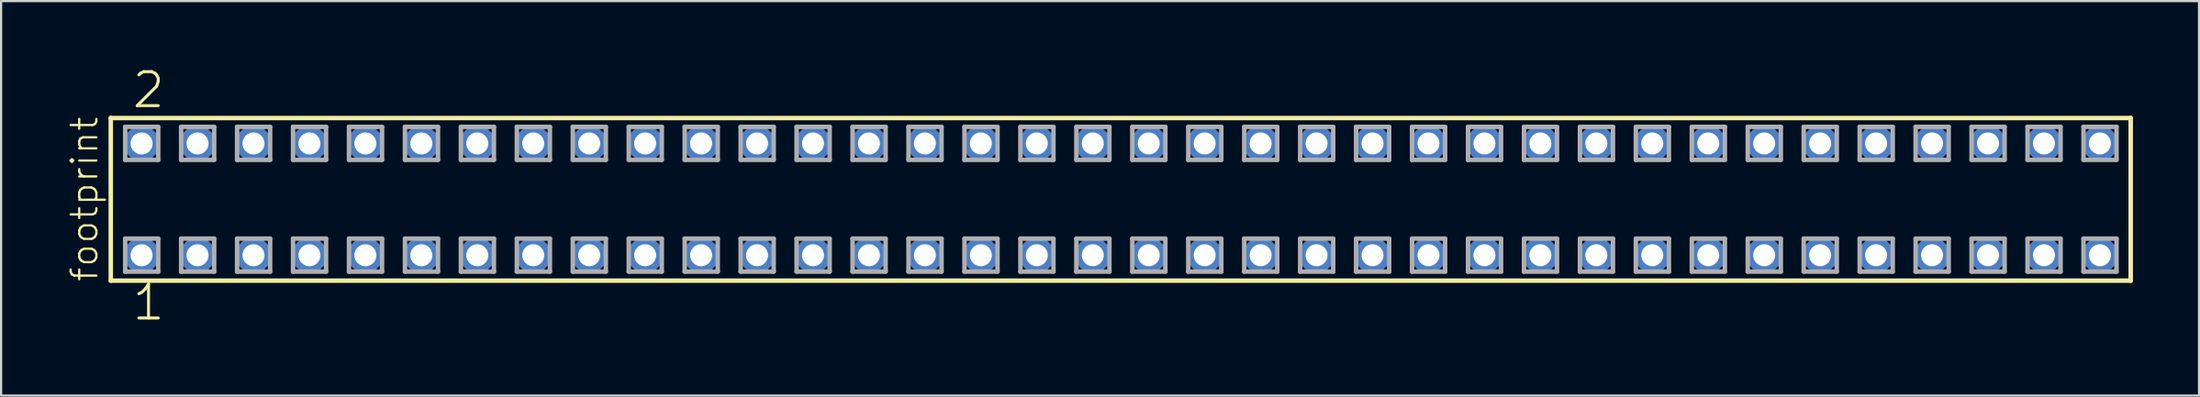
<source format=kicad_pcb>
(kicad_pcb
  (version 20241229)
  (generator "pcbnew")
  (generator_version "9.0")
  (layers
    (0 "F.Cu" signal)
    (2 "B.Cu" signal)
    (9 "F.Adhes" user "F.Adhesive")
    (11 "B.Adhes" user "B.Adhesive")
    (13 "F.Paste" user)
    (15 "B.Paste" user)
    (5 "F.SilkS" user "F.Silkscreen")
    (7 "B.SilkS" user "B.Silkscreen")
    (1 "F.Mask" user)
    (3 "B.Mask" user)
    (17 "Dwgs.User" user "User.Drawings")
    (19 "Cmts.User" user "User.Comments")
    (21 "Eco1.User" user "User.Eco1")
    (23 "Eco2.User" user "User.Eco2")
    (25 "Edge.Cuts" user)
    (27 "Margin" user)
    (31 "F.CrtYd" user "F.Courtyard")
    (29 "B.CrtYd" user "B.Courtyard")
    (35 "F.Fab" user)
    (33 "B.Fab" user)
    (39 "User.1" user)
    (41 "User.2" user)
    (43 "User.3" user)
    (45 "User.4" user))
  (footprint "footprint"
    (layer "F.Cu")
    (at 47.828 6.009)
    (property "Reference" "footprint" (at -46.355 3.81 90) (layer "F.SilkS") (effects (font (size 1.168 1.168) (thickness 0.102)) (justify left bottom)))
    (fp_line (start -45.849 -3.695) (end 45.849 -3.695) (stroke (width 0.203) (type solid)) (layer "F.SilkS"))
    (fp_line (start -45.849 3.695) (end -45.849 -3.695) (stroke (width 0.203) (type solid)) (layer "F.SilkS"))
    (fp_line (start 45.849 -3.695) (end 45.849 3.695) (stroke (width 0.203) (type solid)) (layer "F.SilkS"))
    (fp_line (start 45.849 3.695) (end -45.849 3.695) (stroke (width 0.203) (type solid)) (layer "F.SilkS"))
    (fp_line (start -45.195 -3.295) (end -43.695 -3.295) (stroke (width 0.203) (type solid)) (layer "F.Fab"))
    (fp_line (start -45.195 -1.795) (end -45.195 -3.295) (stroke (width 0.203) (type solid)) (layer "F.Fab"))
    (fp_line (start -45.195 1.785) (end -43.695 1.785) (stroke (width 0.203) (type solid)) (layer "F.Fab"))
    (fp_line (start -45.195 3.285) (end -45.195 1.785) (stroke (width 0.203) (type solid)) (layer "F.Fab"))
    (fp_line (start -43.695 -3.295) (end -43.695 -1.795) (stroke (width 0.203) (type solid)) (layer "F.Fab"))
    (fp_line (start -43.695 -1.795) (end -45.195 -1.795) (stroke (width 0.203) (type solid)) (layer "F.Fab"))
    (fp_line (start -43.695 1.785) (end -43.695 3.285) (stroke (width 0.203) (type solid)) (layer "F.Fab"))
    (fp_line (start -43.695 3.285) (end -45.195 3.285) (stroke (width 0.203) (type solid)) (layer "F.Fab"))
    (fp_line (start -42.655 -3.295) (end -41.155 -3.295) (stroke (width 0.203) (type solid)) (layer "F.Fab"))
    (fp_line (start -42.655 -1.795) (end -42.655 -3.295) (stroke (width 0.203) (type solid)) (layer "F.Fab"))
    (fp_line (start -42.655 1.785) (end -41.155 1.785) (stroke (width 0.203) (type solid)) (layer "F.Fab"))
    (fp_line (start -42.655 3.285) (end -42.655 1.785) (stroke (width 0.203) (type solid)) (layer "F.Fab"))
    (fp_line (start -41.155 -3.295) (end -41.155 -1.795) (stroke (width 0.203) (type solid)) (layer "F.Fab"))
    (fp_line (start -41.155 -1.795) (end -42.655 -1.795) (stroke (width 0.203) (type solid)) (layer "F.Fab"))
    (fp_line (start -41.155 1.785) (end -41.155 3.285) (stroke (width 0.203) (type solid)) (layer "F.Fab"))
    (fp_line (start -41.155 3.285) (end -42.655 3.285) (stroke (width 0.203) (type solid)) (layer "F.Fab"))
    (fp_line (start -40.115 -3.295) (end -38.615 -3.295) (stroke (width 0.203) (type solid)) (layer "F.Fab"))
    (fp_line (start -40.115 -1.795) (end -40.115 -3.295) (stroke (width 0.203) (type solid)) (layer "F.Fab"))
    (fp_line (start -40.115 1.785) (end -38.615 1.785) (stroke (width 0.203) (type solid)) (layer "F.Fab"))
    (fp_line (start -40.115 3.285) (end -40.115 1.785) (stroke (width 0.203) (type solid)) (layer "F.Fab"))
    (fp_line (start -38.615 -3.295) (end -38.615 -1.795) (stroke (width 0.203) (type solid)) (layer "F.Fab"))
    (fp_line (start -38.615 -1.795) (end -40.115 -1.795) (stroke (width 0.203) (type solid)) (layer "F.Fab"))
    (fp_line (start -38.615 1.785) (end -38.615 3.285) (stroke (width 0.203) (type solid)) (layer "F.Fab"))
    (fp_line (start -38.615 3.285) (end -40.115 3.285) (stroke (width 0.203) (type solid)) (layer "F.Fab"))
    (fp_line (start -37.575 -3.295) (end -36.075 -3.295) (stroke (width 0.203) (type solid)) (layer "F.Fab"))
    (fp_line (start -37.575 -1.795) (end -37.575 -3.295) (stroke (width 0.203) (type solid)) (layer "F.Fab"))
    (fp_line (start -37.575 1.785) (end -36.075 1.785) (stroke (width 0.203) (type solid)) (layer "F.Fab"))
    (fp_line (start -37.575 3.285) (end -37.575 1.785) (stroke (width 0.203) (type solid)) (layer "F.Fab"))
    (fp_line (start -36.075 -3.295) (end -36.075 -1.795) (stroke (width 0.203) (type solid)) (layer "F.Fab"))
    (fp_line (start -36.075 -1.795) (end -37.575 -1.795) (stroke (width 0.203) (type solid)) (layer "F.Fab"))
    (fp_line (start -36.075 1.785) (end -36.075 3.285) (stroke (width 0.203) (type solid)) (layer "F.Fab"))
    (fp_line (start -36.075 3.285) (end -37.575 3.285) (stroke (width 0.203) (type solid)) (layer "F.Fab"))
    (fp_line (start -35.035 -3.295) (end -33.535 -3.295) (stroke (width 0.203) (type solid)) (layer "F.Fab"))
    (fp_line (start -35.035 -1.795) (end -35.035 -3.295) (stroke (width 0.203) (type solid)) (layer "F.Fab"))
    (fp_line (start -35.035 1.785) (end -33.535 1.785) (stroke (width 0.203) (type solid)) (layer "F.Fab"))
    (fp_line (start -35.035 3.285) (end -35.035 1.785) (stroke (width 0.203) (type solid)) (layer "F.Fab"))
    (fp_line (start -33.535 -3.295) (end -33.535 -1.795) (stroke (width 0.203) (type solid)) (layer "F.Fab"))
    (fp_line (start -33.535 -1.795) (end -35.035 -1.795) (stroke (width 0.203) (type solid)) (layer "F.Fab"))
    (fp_line (start -33.535 1.785) (end -33.535 3.285) (stroke (width 0.203) (type solid)) (layer "F.Fab"))
    (fp_line (start -33.535 3.285) (end -35.035 3.285) (stroke (width 0.203) (type solid)) (layer "F.Fab"))
    (fp_line (start -32.495 -3.295) (end -30.995 -3.295) (stroke (width 0.203) (type solid)) (layer "F.Fab"))
    (fp_line (start -32.495 -1.795) (end -32.495 -3.295) (stroke (width 0.203) (type solid)) (layer "F.Fab"))
    (fp_line (start -32.495 1.785) (end -30.995 1.785) (stroke (width 0.203) (type solid)) (layer "F.Fab"))
    (fp_line (start -32.495 3.285) (end -32.495 1.785) (stroke (width 0.203) (type solid)) (layer "F.Fab"))
    (fp_line (start -30.995 -3.295) (end -30.995 -1.795) (stroke (width 0.203) (type solid)) (layer "F.Fab"))
    (fp_line (start -30.995 -1.795) (end -32.495 -1.795) (stroke (width 0.203) (type solid)) (layer "F.Fab"))
    (fp_line (start -30.995 1.785) (end -30.995 3.285) (stroke (width 0.203) (type solid)) (layer "F.Fab"))
    (fp_line (start -30.995 3.285) (end -32.495 3.285) (stroke (width 0.203) (type solid)) (layer "F.Fab"))
    (fp_line (start -29.955 -3.295) (end -28.455 -3.295) (stroke (width 0.203) (type solid)) (layer "F.Fab"))
    (fp_line (start -29.955 -1.795) (end -29.955 -3.295) (stroke (width 0.203) (type solid)) (layer "F.Fab"))
    (fp_line (start -29.955 1.785) (end -28.455 1.785) (stroke (width 0.203) (type solid)) (layer "F.Fab"))
    (fp_line (start -29.955 3.285) (end -29.955 1.785) (stroke (width 0.203) (type solid)) (layer "F.Fab"))
    (fp_line (start -28.455 -3.295) (end -28.455 -1.795) (stroke (width 0.203) (type solid)) (layer "F.Fab"))
    (fp_line (start -28.455 -1.795) (end -29.955 -1.795) (stroke (width 0.203) (type solid)) (layer "F.Fab"))
    (fp_line (start -28.455 1.785) (end -28.455 3.285) (stroke (width 0.203) (type solid)) (layer "F.Fab"))
    (fp_line (start -28.455 3.285) (end -29.955 3.285) (stroke (width 0.203) (type solid)) (layer "F.Fab"))
    (fp_line (start -27.415 -3.295) (end -25.915 -3.295) (stroke (width 0.203) (type solid)) (layer "F.Fab"))
    (fp_line (start -27.415 -1.795) (end -27.415 -3.295) (stroke (width 0.203) (type solid)) (layer "F.Fab"))
    (fp_line (start -27.415 1.785) (end -25.915 1.785) (stroke (width 0.203) (type solid)) (layer "F.Fab"))
    (fp_line (start -27.415 3.285) (end -27.415 1.785) (stroke (width 0.203) (type solid)) (layer "F.Fab"))
    (fp_line (start -25.915 -3.295) (end -25.915 -1.795) (stroke (width 0.203) (type solid)) (layer "F.Fab"))
    (fp_line (start -25.915 -1.795) (end -27.415 -1.795) (stroke (width 0.203) (type solid)) (layer "F.Fab"))
    (fp_line (start -25.915 1.785) (end -25.915 3.285) (stroke (width 0.203) (type solid)) (layer "F.Fab"))
    (fp_line (start -25.915 3.285) (end -27.415 3.285) (stroke (width 0.203) (type solid)) (layer "F.Fab"))
    (fp_line (start -24.875 -3.295) (end -23.375 -3.295) (stroke (width 0.203) (type solid)) (layer "F.Fab"))
    (fp_line (start -24.875 -1.795) (end -24.875 -3.295) (stroke (width 0.203) (type solid)) (layer "F.Fab"))
    (fp_line (start -24.875 1.785) (end -23.375 1.785) (stroke (width 0.203) (type solid)) (layer "F.Fab"))
    (fp_line (start -24.875 3.285) (end -24.875 1.785) (stroke (width 0.203) (type solid)) (layer "F.Fab"))
    (fp_line (start -23.375 -3.295) (end -23.375 -1.795) (stroke (width 0.203) (type solid)) (layer "F.Fab"))
    (fp_line (start -23.375 -1.795) (end -24.875 -1.795) (stroke (width 0.203) (type solid)) (layer "F.Fab"))
    (fp_line (start -23.375 1.785) (end -23.375 3.285) (stroke (width 0.203) (type solid)) (layer "F.Fab"))
    (fp_line (start -23.375 3.285) (end -24.875 3.285) (stroke (width 0.203) (type solid)) (layer "F.Fab"))
    (fp_line (start -22.335 -3.295) (end -20.835 -3.295) (stroke (width 0.203) (type solid)) (layer "F.Fab"))
    (fp_line (start -22.335 -1.795) (end -22.335 -3.295) (stroke (width 0.203) (type solid)) (layer "F.Fab"))
    (fp_line (start -22.335 1.785) (end -20.835 1.785) (stroke (width 0.203) (type solid)) (layer "F.Fab"))
    (fp_line (start -22.335 3.285) (end -22.335 1.785) (stroke (width 0.203) (type solid)) (layer "F.Fab"))
    (fp_line (start -20.835 -3.295) (end -20.835 -1.795) (stroke (width 0.203) (type solid)) (layer "F.Fab"))
    (fp_line (start -20.835 -1.795) (end -22.335 -1.795) (stroke (width 0.203) (type solid)) (layer "F.Fab"))
    (fp_line (start -20.835 1.785) (end -20.835 3.285) (stroke (width 0.203) (type solid)) (layer "F.Fab"))
    (fp_line (start -20.835 3.285) (end -22.335 3.285) (stroke (width 0.203) (type solid)) (layer "F.Fab"))
    (fp_line (start -19.795 -3.295) (end -18.295 -3.295) (stroke (width 0.203) (type solid)) (layer "F.Fab"))
    (fp_line (start -19.795 -1.795) (end -19.795 -3.295) (stroke (width 0.203) (type solid)) (layer "F.Fab"))
    (fp_line (start -19.795 1.785) (end -18.295 1.785) (stroke (width 0.203) (type solid)) (layer "F.Fab"))
    (fp_line (start -19.795 3.285) (end -19.795 1.785) (stroke (width 0.203) (type solid)) (layer "F.Fab"))
    (fp_line (start -18.295 -3.295) (end -18.295 -1.795) (stroke (width 0.203) (type solid)) (layer "F.Fab"))
    (fp_line (start -18.295 -1.795) (end -19.795 -1.795) (stroke (width 0.203) (type solid)) (layer "F.Fab"))
    (fp_line (start -18.295 1.785) (end -18.295 3.285) (stroke (width 0.203) (type solid)) (layer "F.Fab"))
    (fp_line (start -18.295 3.285) (end -19.795 3.285) (stroke (width 0.203) (type solid)) (layer "F.Fab"))
    (fp_line (start -17.255 -3.295) (end -15.755 -3.295) (stroke (width 0.203) (type solid)) (layer "F.Fab"))
    (fp_line (start -17.255 -1.795) (end -17.255 -3.295) (stroke (width 0.203) (type solid)) (layer "F.Fab"))
    (fp_line (start -17.255 1.785) (end -15.755 1.785) (stroke (width 0.203) (type solid)) (layer "F.Fab"))
    (fp_line (start -17.255 3.285) (end -17.255 1.785) (stroke (width 0.203) (type solid)) (layer "F.Fab"))
    (fp_line (start -15.755 -3.295) (end -15.755 -1.795) (stroke (width 0.203) (type solid)) (layer "F.Fab"))
    (fp_line (start -15.755 -1.795) (end -17.255 -1.795) (stroke (width 0.203) (type solid)) (layer "F.Fab"))
    (fp_line (start -15.755 1.785) (end -15.755 3.285) (stroke (width 0.203) (type solid)) (layer "F.Fab"))
    (fp_line (start -15.755 3.285) (end -17.255 3.285) (stroke (width 0.203) (type solid)) (layer "F.Fab"))
    (fp_line (start -14.715 -3.295) (end -13.215 -3.295) (stroke (width 0.203) (type solid)) (layer "F.Fab"))
    (fp_line (start -14.715 -1.795) (end -14.715 -3.295) (stroke (width 0.203) (type solid)) (layer "F.Fab"))
    (fp_line (start -14.715 1.785) (end -13.215 1.785) (stroke (width 0.203) (type solid)) (layer "F.Fab"))
    (fp_line (start -14.715 3.285) (end -14.715 1.785) (stroke (width 0.203) (type solid)) (layer "F.Fab"))
    (fp_line (start -13.215 -3.295) (end -13.215 -1.795) (stroke (width 0.203) (type solid)) (layer "F.Fab"))
    (fp_line (start -13.215 -1.795) (end -14.715 -1.795) (stroke (width 0.203) (type solid)) (layer "F.Fab"))
    (fp_line (start -13.215 1.785) (end -13.215 3.285) (stroke (width 0.203) (type solid)) (layer "F.Fab"))
    (fp_line (start -13.215 3.285) (end -14.715 3.285) (stroke (width 0.203) (type solid)) (layer "F.Fab"))
    (fp_line (start -12.175 -3.295) (end -10.675 -3.295) (stroke (width 0.203) (type solid)) (layer "F.Fab"))
    (fp_line (start -12.175 -1.795) (end -12.175 -3.295) (stroke (width 0.203) (type solid)) (layer "F.Fab"))
    (fp_line (start -12.175 1.785) (end -10.675 1.785) (stroke (width 0.203) (type solid)) (layer "F.Fab"))
    (fp_line (start -12.175 3.285) (end -12.175 1.785) (stroke (width 0.203) (type solid)) (layer "F.Fab"))
    (fp_line (start -10.675 -3.295) (end -10.675 -1.795) (stroke (width 0.203) (type solid)) (layer "F.Fab"))
    (fp_line (start -10.675 -1.795) (end -12.175 -1.795) (stroke (width 0.203) (type solid)) (layer "F.Fab"))
    (fp_line (start -10.675 1.785) (end -10.675 3.285) (stroke (width 0.203) (type solid)) (layer "F.Fab"))
    (fp_line (start -10.675 3.285) (end -12.175 3.285) (stroke (width 0.203) (type solid)) (layer "F.Fab"))
    (fp_line (start -9.635 -3.295) (end -8.135 -3.295) (stroke (width 0.203) (type solid)) (layer "F.Fab"))
    (fp_line (start -9.635 -1.795) (end -9.635 -3.295) (stroke (width 0.203) (type solid)) (layer "F.Fab"))
    (fp_line (start -9.635 1.785) (end -8.135 1.785) (stroke (width 0.203) (type solid)) (layer "F.Fab"))
    (fp_line (start -9.635 3.285) (end -9.635 1.785) (stroke (width 0.203) (type solid)) (layer "F.Fab"))
    (fp_line (start -8.135 -3.295) (end -8.135 -1.795) (stroke (width 0.203) (type solid)) (layer "F.Fab"))
    (fp_line (start -8.135 -1.795) (end -9.635 -1.795) (stroke (width 0.203) (type solid)) (layer "F.Fab"))
    (fp_line (start -8.135 1.785) (end -8.135 3.285) (stroke (width 0.203) (type solid)) (layer "F.Fab"))
    (fp_line (start -8.135 3.285) (end -9.635 3.285) (stroke (width 0.203) (type solid)) (layer "F.Fab"))
    (fp_line (start -7.095 -3.295) (end -5.595 -3.295) (stroke (width 0.203) (type solid)) (layer "F.Fab"))
    (fp_line (start -7.095 -1.795) (end -7.095 -3.295) (stroke (width 0.203) (type solid)) (layer "F.Fab"))
    (fp_line (start -7.095 1.785) (end -5.595 1.785) (stroke (width 0.203) (type solid)) (layer "F.Fab"))
    (fp_line (start -7.095 3.285) (end -7.095 1.785) (stroke (width 0.203) (type solid)) (layer "F.Fab"))
    (fp_line (start -5.595 -3.295) (end -5.595 -1.795) (stroke (width 0.203) (type solid)) (layer "F.Fab"))
    (fp_line (start -5.595 -1.795) (end -7.095 -1.795) (stroke (width 0.203) (type solid)) (layer "F.Fab"))
    (fp_line (start -5.595 1.785) (end -5.595 3.285) (stroke (width 0.203) (type solid)) (layer "F.Fab"))
    (fp_line (start -5.595 3.285) (end -7.095 3.285) (stroke (width 0.203) (type solid)) (layer "F.Fab"))
    (fp_line (start -4.555 -3.295) (end -3.055 -3.295) (stroke (width 0.203) (type solid)) (layer "F.Fab"))
    (fp_line (start -4.555 -1.795) (end -4.555 -3.295) (stroke (width 0.203) (type solid)) (layer "F.Fab"))
    (fp_line (start -4.555 1.785) (end -3.055 1.785) (stroke (width 0.203) (type solid)) (layer "F.Fab"))
    (fp_line (start -4.555 3.285) (end -4.555 1.785) (stroke (width 0.203) (type solid)) (layer "F.Fab"))
    (fp_line (start -3.055 -3.295) (end -3.055 -1.795) (stroke (width 0.203) (type solid)) (layer "F.Fab"))
    (fp_line (start -3.055 -1.795) (end -4.555 -1.795) (stroke (width 0.203) (type solid)) (layer "F.Fab"))
    (fp_line (start -3.055 1.785) (end -3.055 3.285) (stroke (width 0.203) (type solid)) (layer "F.Fab"))
    (fp_line (start -3.055 3.285) (end -4.555 3.285) (stroke (width 0.203) (type solid)) (layer "F.Fab"))
    (fp_line (start -2.015 -3.295) (end -0.515 -3.295) (stroke (width 0.203) (type solid)) (layer "F.Fab"))
    (fp_line (start -2.015 -1.795) (end -2.015 -3.295) (stroke (width 0.203) (type solid)) (layer "F.Fab"))
    (fp_line (start -2.015 1.785) (end -0.515 1.785) (stroke (width 0.203) (type solid)) (layer "F.Fab"))
    (fp_line (start -2.015 3.285) (end -2.015 1.785) (stroke (width 0.203) (type solid)) (layer "F.Fab"))
    (fp_line (start -0.515 -3.295) (end -0.515 -1.795) (stroke (width 0.203) (type solid)) (layer "F.Fab"))
    (fp_line (start -0.515 -1.795) (end -2.015 -1.795) (stroke (width 0.203) (type solid)) (layer "F.Fab"))
    (fp_line (start -0.515 1.785) (end -0.515 3.285) (stroke (width 0.203) (type solid)) (layer "F.Fab"))
    (fp_line (start -0.515 3.285) (end -2.015 3.285) (stroke (width 0.203) (type solid)) (layer "F.Fab"))
    (fp_line (start 0.525 -3.295) (end 2.025 -3.295) (stroke (width 0.203) (type solid)) (layer "F.Fab"))
    (fp_line (start 0.525 -1.795) (end 0.525 -3.295) (stroke (width 0.203) (type solid)) (layer "F.Fab"))
    (fp_line (start 0.525 1.785) (end 2.025 1.785) (stroke (width 0.203) (type solid)) (layer "F.Fab"))
    (fp_line (start 0.525 3.285) (end 0.525 1.785) (stroke (width 0.203) (type solid)) (layer "F.Fab"))
    (fp_line (start 2.025 -3.295) (end 2.025 -1.795) (stroke (width 0.203) (type solid)) (layer "F.Fab"))
    (fp_line (start 2.025 -1.795) (end 0.525 -1.795) (stroke (width 0.203) (type solid)) (layer "F.Fab"))
    (fp_line (start 2.025 1.785) (end 2.025 3.285) (stroke (width 0.203) (type solid)) (layer "F.Fab"))
    (fp_line (start 2.025 3.285) (end 0.525 3.285) (stroke (width 0.203) (type solid)) (layer "F.Fab"))
    (fp_line (start 3.065 -3.295) (end 4.565 -3.295) (stroke (width 0.203) (type solid)) (layer "F.Fab"))
    (fp_line (start 3.065 -1.795) (end 3.065 -3.295) (stroke (width 0.203) (type solid)) (layer "F.Fab"))
    (fp_line (start 3.065 1.785) (end 4.565 1.785) (stroke (width 0.203) (type solid)) (layer "F.Fab"))
    (fp_line (start 3.065 3.285) (end 3.065 1.785) (stroke (width 0.203) (type solid)) (layer "F.Fab"))
    (fp_line (start 4.565 -3.295) (end 4.565 -1.795) (stroke (width 0.203) (type solid)) (layer "F.Fab"))
    (fp_line (start 4.565 -1.795) (end 3.065 -1.795) (stroke (width 0.203) (type solid)) (layer "F.Fab"))
    (fp_line (start 4.565 1.785) (end 4.565 3.285) (stroke (width 0.203) (type solid)) (layer "F.Fab"))
    (fp_line (start 4.565 3.285) (end 3.065 3.285) (stroke (width 0.203) (type solid)) (layer "F.Fab"))
    (fp_line (start 5.605 -3.295) (end 7.105 -3.295) (stroke (width 0.203) (type solid)) (layer "F.Fab"))
    (fp_line (start 5.605 -1.795) (end 5.605 -3.295) (stroke (width 0.203) (type solid)) (layer "F.Fab"))
    (fp_line (start 5.605 1.785) (end 7.105 1.785) (stroke (width 0.203) (type solid)) (layer "F.Fab"))
    (fp_line (start 5.605 3.285) (end 5.605 1.785) (stroke (width 0.203) (type solid)) (layer "F.Fab"))
    (fp_line (start 7.105 -3.295) (end 7.105 -1.795) (stroke (width 0.203) (type solid)) (layer "F.Fab"))
    (fp_line (start 7.105 -1.795) (end 5.605 -1.795) (stroke (width 0.203) (type solid)) (layer "F.Fab"))
    (fp_line (start 7.105 1.785) (end 7.105 3.285) (stroke (width 0.203) (type solid)) (layer "F.Fab"))
    (fp_line (start 7.105 3.285) (end 5.605 3.285) (stroke (width 0.203) (type solid)) (layer "F.Fab"))
    (fp_line (start 8.145 -3.295) (end 9.645 -3.295) (stroke (width 0.203) (type solid)) (layer "F.Fab"))
    (fp_line (start 8.145 -1.795) (end 8.145 -3.295) (stroke (width 0.203) (type solid)) (layer "F.Fab"))
    (fp_line (start 8.145 1.785) (end 9.645 1.785) (stroke (width 0.203) (type solid)) (layer "F.Fab"))
    (fp_line (start 8.145 3.285) (end 8.145 1.785) (stroke (width 0.203) (type solid)) (layer "F.Fab"))
    (fp_line (start 9.645 -3.295) (end 9.645 -1.795) (stroke (width 0.203) (type solid)) (layer "F.Fab"))
    (fp_line (start 9.645 -1.795) (end 8.145 -1.795) (stroke (width 0.203) (type solid)) (layer "F.Fab"))
    (fp_line (start 9.645 1.785) (end 9.645 3.285) (stroke (width 0.203) (type solid)) (layer "F.Fab"))
    (fp_line (start 9.645 3.285) (end 8.145 3.285) (stroke (width 0.203) (type solid)) (layer "F.Fab"))
    (fp_line (start 10.685 -3.295) (end 12.185 -3.295) (stroke (width 0.203) (type solid)) (layer "F.Fab"))
    (fp_line (start 10.685 -1.795) (end 10.685 -3.295) (stroke (width 0.203) (type solid)) (layer "F.Fab"))
    (fp_line (start 10.685 1.785) (end 12.185 1.785) (stroke (width 0.203) (type solid)) (layer "F.Fab"))
    (fp_line (start 10.685 3.285) (end 10.685 1.785) (stroke (width 0.203) (type solid)) (layer "F.Fab"))
    (fp_line (start 12.185 -3.295) (end 12.185 -1.795) (stroke (width 0.203) (type solid)) (layer "F.Fab"))
    (fp_line (start 12.185 -1.795) (end 10.685 -1.795) (stroke (width 0.203) (type solid)) (layer "F.Fab"))
    (fp_line (start 12.185 1.785) (end 12.185 3.285) (stroke (width 0.203) (type solid)) (layer "F.Fab"))
    (fp_line (start 12.185 3.285) (end 10.685 3.285) (stroke (width 0.203) (type solid)) (layer "F.Fab"))
    (fp_line (start 13.225 -3.295) (end 14.725 -3.295) (stroke (width 0.203) (type solid)) (layer "F.Fab"))
    (fp_line (start 13.225 -1.795) (end 13.225 -3.295) (stroke (width 0.203) (type solid)) (layer "F.Fab"))
    (fp_line (start 13.225 1.785) (end 14.725 1.785) (stroke (width 0.203) (type solid)) (layer "F.Fab"))
    (fp_line (start 13.225 3.285) (end 13.225 1.785) (stroke (width 0.203) (type solid)) (layer "F.Fab"))
    (fp_line (start 14.725 -3.295) (end 14.725 -1.795) (stroke (width 0.203) (type solid)) (layer "F.Fab"))
    (fp_line (start 14.725 -1.795) (end 13.225 -1.795) (stroke (width 0.203) (type solid)) (layer "F.Fab"))
    (fp_line (start 14.725 1.785) (end 14.725 3.285) (stroke (width 0.203) (type solid)) (layer "F.Fab"))
    (fp_line (start 14.725 3.285) (end 13.225 3.285) (stroke (width 0.203) (type solid)) (layer "F.Fab"))
    (fp_line (start 15.765 -3.295) (end 17.265 -3.295) (stroke (width 0.203) (type solid)) (layer "F.Fab"))
    (fp_line (start 15.765 -1.795) (end 15.765 -3.295) (stroke (width 0.203) (type solid)) (layer "F.Fab"))
    (fp_line (start 15.765 1.785) (end 17.265 1.785) (stroke (width 0.203) (type solid)) (layer "F.Fab"))
    (fp_line (start 15.765 3.285) (end 15.765 1.785) (stroke (width 0.203) (type solid)) (layer "F.Fab"))
    (fp_line (start 17.265 -3.295) (end 17.265 -1.795) (stroke (width 0.203) (type solid)) (layer "F.Fab"))
    (fp_line (start 17.265 -1.795) (end 15.765 -1.795) (stroke (width 0.203) (type solid)) (layer "F.Fab"))
    (fp_line (start 17.265 1.785) (end 17.265 3.285) (stroke (width 0.203) (type solid)) (layer "F.Fab"))
    (fp_line (start 17.265 3.285) (end 15.765 3.285) (stroke (width 0.203) (type solid)) (layer "F.Fab"))
    (fp_line (start 18.305 -3.295) (end 19.805 -3.295) (stroke (width 0.203) (type solid)) (layer "F.Fab"))
    (fp_line (start 18.305 -1.795) (end 18.305 -3.295) (stroke (width 0.203) (type solid)) (layer "F.Fab"))
    (fp_line (start 18.305 1.785) (end 19.805 1.785) (stroke (width 0.203) (type solid)) (layer "F.Fab"))
    (fp_line (start 18.305 3.285) (end 18.305 1.785) (stroke (width 0.203) (type solid)) (layer "F.Fab"))
    (fp_line (start 19.805 -3.295) (end 19.805 -1.795) (stroke (width 0.203) (type solid)) (layer "F.Fab"))
    (fp_line (start 19.805 -1.795) (end 18.305 -1.795) (stroke (width 0.203) (type solid)) (layer "F.Fab"))
    (fp_line (start 19.805 1.785) (end 19.805 3.285) (stroke (width 0.203) (type solid)) (layer "F.Fab"))
    (fp_line (start 19.805 3.285) (end 18.305 3.285) (stroke (width 0.203) (type solid)) (layer "F.Fab"))
    (fp_line (start 20.845 -3.295) (end 22.345 -3.295) (stroke (width 0.203) (type solid)) (layer "F.Fab"))
    (fp_line (start 20.845 -1.795) (end 20.845 -3.295) (stroke (width 0.203) (type solid)) (layer "F.Fab"))
    (fp_line (start 20.845 1.785) (end 22.345 1.785) (stroke (width 0.203) (type solid)) (layer "F.Fab"))
    (fp_line (start 20.845 3.285) (end 20.845 1.785) (stroke (width 0.203) (type solid)) (layer "F.Fab"))
    (fp_line (start 22.345 -3.295) (end 22.345 -1.795) (stroke (width 0.203) (type solid)) (layer "F.Fab"))
    (fp_line (start 22.345 -1.795) (end 20.845 -1.795) (stroke (width 0.203) (type solid)) (layer "F.Fab"))
    (fp_line (start 22.345 1.785) (end 22.345 3.285) (stroke (width 0.203) (type solid)) (layer "F.Fab"))
    (fp_line (start 22.345 3.285) (end 20.845 3.285) (stroke (width 0.203) (type solid)) (layer "F.Fab"))
    (fp_line (start 23.385 -3.295) (end 24.885 -3.295) (stroke (width 0.203) (type solid)) (layer "F.Fab"))
    (fp_line (start 23.385 -1.795) (end 23.385 -3.295) (stroke (width 0.203) (type solid)) (layer "F.Fab"))
    (fp_line (start 23.385 1.785) (end 24.885 1.785) (stroke (width 0.203) (type solid)) (layer "F.Fab"))
    (fp_line (start 23.385 3.285) (end 23.385 1.785) (stroke (width 0.203) (type solid)) (layer "F.Fab"))
    (fp_line (start 24.885 -3.295) (end 24.885 -1.795) (stroke (width 0.203) (type solid)) (layer "F.Fab"))
    (fp_line (start 24.885 -1.795) (end 23.385 -1.795) (stroke (width 0.203) (type solid)) (layer "F.Fab"))
    (fp_line (start 24.885 1.785) (end 24.885 3.285) (stroke (width 0.203) (type solid)) (layer "F.Fab"))
    (fp_line (start 24.885 3.285) (end 23.385 3.285) (stroke (width 0.203) (type solid)) (layer "F.Fab"))
    (fp_line (start 25.925 -3.295) (end 27.425 -3.295) (stroke (width 0.203) (type solid)) (layer "F.Fab"))
    (fp_line (start 25.925 -1.795) (end 25.925 -3.295) (stroke (width 0.203) (type solid)) (layer "F.Fab"))
    (fp_line (start 25.925 1.785) (end 27.425 1.785) (stroke (width 0.203) (type solid)) (layer "F.Fab"))
    (fp_line (start 25.925 3.285) (end 25.925 1.785) (stroke (width 0.203) (type solid)) (layer "F.Fab"))
    (fp_line (start 27.425 -3.295) (end 27.425 -1.795) (stroke (width 0.203) (type solid)) (layer "F.Fab"))
    (fp_line (start 27.425 -1.795) (end 25.925 -1.795) (stroke (width 0.203) (type solid)) (layer "F.Fab"))
    (fp_line (start 27.425 1.785) (end 27.425 3.285) (stroke (width 0.203) (type solid)) (layer "F.Fab"))
    (fp_line (start 27.425 3.285) (end 25.925 3.285) (stroke (width 0.203) (type solid)) (layer "F.Fab"))
    (fp_line (start 28.465 -3.295) (end 29.965 -3.295) (stroke (width 0.203) (type solid)) (layer "F.Fab"))
    (fp_line (start 28.465 -1.795) (end 28.465 -3.295) (stroke (width 0.203) (type solid)) (layer "F.Fab"))
    (fp_line (start 28.465 1.785) (end 29.965 1.785) (stroke (width 0.203) (type solid)) (layer "F.Fab"))
    (fp_line (start 28.465 3.285) (end 28.465 1.785) (stroke (width 0.203) (type solid)) (layer "F.Fab"))
    (fp_line (start 29.965 -3.295) (end 29.965 -1.795) (stroke (width 0.203) (type solid)) (layer "F.Fab"))
    (fp_line (start 29.965 -1.795) (end 28.465 -1.795) (stroke (width 0.203) (type solid)) (layer "F.Fab"))
    (fp_line (start 29.965 1.785) (end 29.965 3.285) (stroke (width 0.203) (type solid)) (layer "F.Fab"))
    (fp_line (start 29.965 3.285) (end 28.465 3.285) (stroke (width 0.203) (type solid)) (layer "F.Fab"))
    (fp_line (start 31.005 -3.295) (end 32.505 -3.295) (stroke (width 0.203) (type solid)) (layer "F.Fab"))
    (fp_line (start 31.005 -1.795) (end 31.005 -3.295) (stroke (width 0.203) (type solid)) (layer "F.Fab"))
    (fp_line (start 31.005 1.785) (end 32.505 1.785) (stroke (width 0.203) (type solid)) (layer "F.Fab"))
    (fp_line (start 31.005 3.285) (end 31.005 1.785) (stroke (width 0.203) (type solid)) (layer "F.Fab"))
    (fp_line (start 32.505 -3.295) (end 32.505 -1.795) (stroke (width 0.203) (type solid)) (layer "F.Fab"))
    (fp_line (start 32.505 -1.795) (end 31.005 -1.795) (stroke (width 0.203) (type solid)) (layer "F.Fab"))
    (fp_line (start 32.505 1.785) (end 32.505 3.285) (stroke (width 0.203) (type solid)) (layer "F.Fab"))
    (fp_line (start 32.505 3.285) (end 31.005 3.285) (stroke (width 0.203) (type solid)) (layer "F.Fab"))
    (fp_line (start 33.545 -3.295) (end 35.045 -3.295) (stroke (width 0.203) (type solid)) (layer "F.Fab"))
    (fp_line (start 33.545 -1.795) (end 33.545 -3.295) (stroke (width 0.203) (type solid)) (layer "F.Fab"))
    (fp_line (start 33.545 1.785) (end 35.045 1.785) (stroke (width 0.203) (type solid)) (layer "F.Fab"))
    (fp_line (start 33.545 3.285) (end 33.545 1.785) (stroke (width 0.203) (type solid)) (layer "F.Fab"))
    (fp_line (start 35.045 -3.295) (end 35.045 -1.795) (stroke (width 0.203) (type solid)) (layer "F.Fab"))
    (fp_line (start 35.045 -1.795) (end 33.545 -1.795) (stroke (width 0.203) (type solid)) (layer "F.Fab"))
    (fp_line (start 35.045 1.785) (end 35.045 3.285) (stroke (width 0.203) (type solid)) (layer "F.Fab"))
    (fp_line (start 35.045 3.285) (end 33.545 3.285) (stroke (width 0.203) (type solid)) (layer "F.Fab"))
    (fp_line (start 36.085 -3.295) (end 37.585 -3.295) (stroke (width 0.203) (type solid)) (layer "F.Fab"))
    (fp_line (start 36.085 -1.795) (end 36.085 -3.295) (stroke (width 0.203) (type solid)) (layer "F.Fab"))
    (fp_line (start 36.085 1.785) (end 37.585 1.785) (stroke (width 0.203) (type solid)) (layer "F.Fab"))
    (fp_line (start 36.085 3.285) (end 36.085 1.785) (stroke (width 0.203) (type solid)) (layer "F.Fab"))
    (fp_line (start 37.585 -3.295) (end 37.585 -1.795) (stroke (width 0.203) (type solid)) (layer "F.Fab"))
    (fp_line (start 37.585 -1.795) (end 36.085 -1.795) (stroke (width 0.203) (type solid)) (layer "F.Fab"))
    (fp_line (start 37.585 1.785) (end 37.585 3.285) (stroke (width 0.203) (type solid)) (layer "F.Fab"))
    (fp_line (start 37.585 3.285) (end 36.085 3.285) (stroke (width 0.203) (type solid)) (layer "F.Fab"))
    (fp_line (start 38.625 -3.295) (end 40.125 -3.295) (stroke (width 0.203) (type solid)) (layer "F.Fab"))
    (fp_line (start 38.625 -1.795) (end 38.625 -3.295) (stroke (width 0.203) (type solid)) (layer "F.Fab"))
    (fp_line (start 38.625 1.785) (end 40.125 1.785) (stroke (width 0.203) (type solid)) (layer "F.Fab"))
    (fp_line (start 38.625 3.285) (end 38.625 1.785) (stroke (width 0.203) (type solid)) (layer "F.Fab"))
    (fp_line (start 40.125 -3.295) (end 40.125 -1.795) (stroke (width 0.203) (type solid)) (layer "F.Fab"))
    (fp_line (start 40.125 -1.795) (end 38.625 -1.795) (stroke (width 0.203) (type solid)) (layer "F.Fab"))
    (fp_line (start 40.125 1.785) (end 40.125 3.285) (stroke (width 0.203) (type solid)) (layer "F.Fab"))
    (fp_line (start 40.125 3.285) (end 38.625 3.285) (stroke (width 0.203) (type solid)) (layer "F.Fab"))
    (fp_line (start 41.165 -3.295) (end 42.665 -3.295) (stroke (width 0.203) (type solid)) (layer "F.Fab"))
    (fp_line (start 41.165 -1.795) (end 41.165 -3.295) (stroke (width 0.203) (type solid)) (layer "F.Fab"))
    (fp_line (start 41.165 1.785) (end 42.665 1.785) (stroke (width 0.203) (type solid)) (layer "F.Fab"))
    (fp_line (start 41.165 3.285) (end 41.165 1.785) (stroke (width 0.203) (type solid)) (layer "F.Fab"))
    (fp_line (start 42.665 -3.295) (end 42.665 -1.795) (stroke (width 0.203) (type solid)) (layer "F.Fab"))
    (fp_line (start 42.665 -1.795) (end 41.165 -1.795) (stroke (width 0.203) (type solid)) (layer "F.Fab"))
    (fp_line (start 42.665 1.785) (end 42.665 3.285) (stroke (width 0.203) (type solid)) (layer "F.Fab"))
    (fp_line (start 42.665 3.285) (end 41.165 3.285) (stroke (width 0.203) (type solid)) (layer "F.Fab"))
    (fp_line (start 43.705 -3.295) (end 45.205 -3.295) (stroke (width 0.203) (type solid)) (layer "F.Fab"))
    (fp_line (start 43.705 -1.795) (end 43.705 -3.295) (stroke (width 0.203) (type solid)) (layer "F.Fab"))
    (fp_line (start 43.705 1.785) (end 45.205 1.785) (stroke (width 0.203) (type solid)) (layer "F.Fab"))
    (fp_line (start 43.705 3.285) (end 43.705 1.785) (stroke (width 0.203) (type solid)) (layer "F.Fab"))
    (fp_line (start 45.205 -3.295) (end 45.205 -1.795) (stroke (width 0.203) (type solid)) (layer "F.Fab"))
    (fp_line (start 45.205 -1.795) (end 43.705 -1.795) (stroke (width 0.203) (type solid)) (layer "F.Fab"))
    (fp_line (start 45.205 1.785) (end 45.205 3.285) (stroke (width 0.203) (type solid)) (layer "F.Fab"))
    (fp_line (start 45.205 3.285) (end 43.705 3.285) (stroke (width 0.203) (type solid)) (layer "F.Fab"))
    (fp_text user "2" (at -44.958 -4.064 0) (layer "F.SilkS") (effects (font (size 1.542 1.542) (thickness 0.134)) (justify left bottom)))
    (fp_text user "1" (at -44.958 5.588 0) (layer "F.SilkS") (effects (font (size 1.542 1.542) (thickness 0.134)) (justify left bottom)))
    (pad "1" thru_hole roundrect (at -44.45 2.54) (size 1.5 1.5) (drill 1) (layers "*.Cu" "*.Mask") (roundrect_rratio 0.25) (chamfer_ratio 0.25) (chamfer top_left top_right bottom_left bottom_right))
    (pad "2" thru_hole roundrect (at -44.45 -2.54) (size 1.5 1.5) (drill 1) (layers "*.Cu" "*.Mask") (roundrect_rratio 0.25) (chamfer_ratio 0.25) (chamfer top_left top_right bottom_left bottom_right))
    (pad "3" thru_hole roundrect (at -41.91 2.54) (size 1.5 1.5) (drill 1) (layers "*.Cu" "*.Mask") (roundrect_rratio 0.25) (chamfer_ratio 0.25) (chamfer top_left top_right bottom_left bottom_right))
    (pad "4" thru_hole roundrect (at -41.91 -2.54) (size 1.5 1.5) (drill 1) (layers "*.Cu" "*.Mask") (roundrect_rratio 0.25) (chamfer_ratio 0.25) (chamfer top_left top_right bottom_left bottom_right))
    (pad "5" thru_hole roundrect (at -39.37 2.54) (size 1.5 1.5) (drill 1) (layers "*.Cu" "*.Mask") (roundrect_rratio 0.25) (chamfer_ratio 0.25) (chamfer top_left top_right bottom_left bottom_right))
    (pad "6" thru_hole roundrect (at -39.37 -2.54) (size 1.5 1.5) (drill 1) (layers "*.Cu" "*.Mask") (roundrect_rratio 0.25) (chamfer_ratio 0.25) (chamfer top_left top_right bottom_left bottom_right))
    (pad "7" thru_hole roundrect (at -36.83 2.54) (size 1.5 1.5) (drill 1) (layers "*.Cu" "*.Mask") (roundrect_rratio 0.25) (chamfer_ratio 0.25) (chamfer top_left top_right bottom_left bottom_right))
    (pad "8" thru_hole roundrect (at -36.83 -2.54) (size 1.5 1.5) (drill 1) (layers "*.Cu" "*.Mask") (roundrect_rratio 0.25) (chamfer_ratio 0.25) (chamfer top_left top_right bottom_left bottom_right))
    (pad "9" thru_hole roundrect (at -34.29 2.54) (size 1.5 1.5) (drill 1) (layers "*.Cu" "*.Mask") (roundrect_rratio 0.25) (chamfer_ratio 0.25) (chamfer top_left top_right bottom_left bottom_right))
    (pad "10" thru_hole roundrect (at -34.29 -2.54) (size 1.5 1.5) (drill 1) (layers "*.Cu" "*.Mask") (roundrect_rratio 0.25) (chamfer_ratio 0.25) (chamfer top_left top_right bottom_left bottom_right))
    (pad "11" thru_hole roundrect (at -31.75 2.54) (size 1.5 1.5) (drill 1) (layers "*.Cu" "*.Mask") (roundrect_rratio 0.25) (chamfer_ratio 0.25) (chamfer top_left top_right bottom_left bottom_right))
    (pad "12" thru_hole roundrect (at -31.75 -2.54) (size 1.5 1.5) (drill 1) (layers "*.Cu" "*.Mask") (roundrect_rratio 0.25) (chamfer_ratio 0.25) (chamfer top_left top_right bottom_left bottom_right))
    (pad "13" thru_hole roundrect (at -29.21 2.54) (size 1.5 1.5) (drill 1) (layers "*.Cu" "*.Mask") (roundrect_rratio 0.25) (chamfer_ratio 0.25) (chamfer top_left top_right bottom_left bottom_right))
    (pad "14" thru_hole roundrect (at -29.21 -2.54) (size 1.5 1.5) (drill 1) (layers "*.Cu" "*.Mask") (roundrect_rratio 0.25) (chamfer_ratio 0.25) (chamfer top_left top_right bottom_left bottom_right))
    (pad "15" thru_hole roundrect (at -26.67 2.54) (size 1.5 1.5) (drill 1) (layers "*.Cu" "*.Mask") (roundrect_rratio 0.25) (chamfer_ratio 0.25) (chamfer top_left top_right bottom_left bottom_right))
    (pad "16" thru_hole roundrect (at -26.67 -2.54) (size 1.5 1.5) (drill 1) (layers "*.Cu" "*.Mask") (roundrect_rratio 0.25) (chamfer_ratio 0.25) (chamfer top_left top_right bottom_left bottom_right))
    (pad "17" thru_hole roundrect (at -24.13 2.54) (size 1.5 1.5) (drill 1) (layers "*.Cu" "*.Mask") (roundrect_rratio 0.25) (chamfer_ratio 0.25) (chamfer top_left top_right bottom_left bottom_right))
    (pad "18" thru_hole roundrect (at -24.13 -2.54) (size 1.5 1.5) (drill 1) (layers "*.Cu" "*.Mask") (roundrect_rratio 0.25) (chamfer_ratio 0.25) (chamfer top_left top_right bottom_left bottom_right))
    (pad "19" thru_hole roundrect (at -21.59 2.54) (size 1.5 1.5) (drill 1) (layers "*.Cu" "*.Mask") (roundrect_rratio 0.25) (chamfer_ratio 0.25) (chamfer top_left top_right bottom_left bottom_right))
    (pad "20" thru_hole roundrect (at -21.59 -2.54) (size 1.5 1.5) (drill 1) (layers "*.Cu" "*.Mask") (roundrect_rratio 0.25) (chamfer_ratio 0.25) (chamfer top_left top_right bottom_left bottom_right))
    (pad "21" thru_hole roundrect (at -19.05 2.54) (size 1.5 1.5) (drill 1) (layers "*.Cu" "*.Mask") (roundrect_rratio 0.25) (chamfer_ratio 0.25) (chamfer top_left top_right bottom_left bottom_right))
    (pad "22" thru_hole roundrect (at -19.05 -2.54) (size 1.5 1.5) (drill 1) (layers "*.Cu" "*.Mask") (roundrect_rratio 0.25) (chamfer_ratio 0.25) (chamfer top_left top_right bottom_left bottom_right))
    (pad "23" thru_hole roundrect (at -16.51 2.54) (size 1.5 1.5) (drill 1) (layers "*.Cu" "*.Mask") (roundrect_rratio 0.25) (chamfer_ratio 0.25) (chamfer top_left top_right bottom_left bottom_right))
    (pad "24" thru_hole roundrect (at -16.51 -2.54) (size 1.5 1.5) (drill 1) (layers "*.Cu" "*.Mask") (roundrect_rratio 0.25) (chamfer_ratio 0.25) (chamfer top_left top_right bottom_left bottom_right))
    (pad "25" thru_hole roundrect (at -13.97 2.54) (size 1.5 1.5) (drill 1) (layers "*.Cu" "*.Mask") (roundrect_rratio 0.25) (chamfer_ratio 0.25) (chamfer top_left top_right bottom_left bottom_right))
    (pad "26" thru_hole roundrect (at -13.97 -2.54) (size 1.5 1.5) (drill 1) (layers "*.Cu" "*.Mask") (roundrect_rratio 0.25) (chamfer_ratio 0.25) (chamfer top_left top_right bottom_left bottom_right))
    (pad "27" thru_hole roundrect (at -11.43 2.54) (size 1.5 1.5) (drill 1) (layers "*.Cu" "*.Mask") (roundrect_rratio 0.25) (chamfer_ratio 0.25) (chamfer top_left top_right bottom_left bottom_right))
    (pad "28" thru_hole roundrect (at -11.43 -2.54) (size 1.5 1.5) (drill 1) (layers "*.Cu" "*.Mask") (roundrect_rratio 0.25) (chamfer_ratio 0.25) (chamfer top_left top_right bottom_left bottom_right))
    (pad "29" thru_hole roundrect (at -8.89 2.54) (size 1.5 1.5) (drill 1) (layers "*.Cu" "*.Mask") (roundrect_rratio 0.25) (chamfer_ratio 0.25) (chamfer top_left top_right bottom_left bottom_right))
    (pad "30" thru_hole roundrect (at -8.89 -2.54) (size 1.5 1.5) (drill 1) (layers "*.Cu" "*.Mask") (roundrect_rratio 0.25) (chamfer_ratio 0.25) (chamfer top_left top_right bottom_left bottom_right))
    (pad "31" thru_hole roundrect (at -6.35 2.54) (size 1.5 1.5) (drill 1) (layers "*.Cu" "*.Mask") (roundrect_rratio 0.25) (chamfer_ratio 0.25) (chamfer top_left top_right bottom_left bottom_right))
    (pad "32" thru_hole roundrect (at -6.35 -2.54) (size 1.5 1.5) (drill 1) (layers "*.Cu" "*.Mask") (roundrect_rratio 0.25) (chamfer_ratio 0.25) (chamfer top_left top_right bottom_left bottom_right))
    (pad "33" thru_hole roundrect (at -3.81 2.54) (size 1.5 1.5) (drill 1) (layers "*.Cu" "*.Mask") (roundrect_rratio 0.25) (chamfer_ratio 0.25) (chamfer top_left top_right bottom_left bottom_right))
    (pad "34" thru_hole roundrect (at -3.81 -2.54) (size 1.5 1.5) (drill 1) (layers "*.Cu" "*.Mask") (roundrect_rratio 0.25) (chamfer_ratio 0.25) (chamfer top_left top_right bottom_left bottom_right))
    (pad "35" thru_hole roundrect (at -1.27 2.54) (size 1.5 1.5) (drill 1) (layers "*.Cu" "*.Mask") (roundrect_rratio 0.25) (chamfer_ratio 0.25) (chamfer top_left top_right bottom_left bottom_right))
    (pad "36" thru_hole roundrect (at -1.27 -2.54) (size 1.5 1.5) (drill 1) (layers "*.Cu" "*.Mask") (roundrect_rratio 0.25) (chamfer_ratio 0.25) (chamfer top_left top_right bottom_left bottom_right))
    (pad "37" thru_hole roundrect (at 1.27 2.54) (size 1.5 1.5) (drill 1) (layers "*.Cu" "*.Mask") (roundrect_rratio 0.25) (chamfer_ratio 0.25) (chamfer top_left top_right bottom_left bottom_right))
    (pad "38" thru_hole roundrect (at 1.27 -2.54) (size 1.5 1.5) (drill 1) (layers "*.Cu" "*.Mask") (roundrect_rratio 0.25) (chamfer_ratio 0.25) (chamfer top_left top_right bottom_left bottom_right))
    (pad "39" thru_hole roundrect (at 3.81 2.54) (size 1.5 1.5) (drill 1) (layers "*.Cu" "*.Mask") (roundrect_rratio 0.25) (chamfer_ratio 0.25) (chamfer top_left top_right bottom_left bottom_right))
    (pad "40" thru_hole roundrect (at 3.81 -2.54) (size 1.5 1.5) (drill 1) (layers "*.Cu" "*.Mask") (roundrect_rratio 0.25) (chamfer_ratio 0.25) (chamfer top_left top_right bottom_left bottom_right))
    (pad "41" thru_hole roundrect (at 6.35 2.54) (size 1.5 1.5) (drill 1) (layers "*.Cu" "*.Mask") (roundrect_rratio 0.25) (chamfer_ratio 0.25) (chamfer top_left top_right bottom_left bottom_right))
    (pad "42" thru_hole roundrect (at 6.35 -2.54) (size 1.5 1.5) (drill 1) (layers "*.Cu" "*.Mask") (roundrect_rratio 0.25) (chamfer_ratio 0.25) (chamfer top_left top_right bottom_left bottom_right))
    (pad "43" thru_hole roundrect (at 8.89 2.54) (size 1.5 1.5) (drill 1) (layers "*.Cu" "*.Mask") (roundrect_rratio 0.25) (chamfer_ratio 0.25) (chamfer top_left top_right bottom_left bottom_right))
    (pad "44" thru_hole roundrect (at 8.89 -2.54) (size 1.5 1.5) (drill 1) (layers "*.Cu" "*.Mask") (roundrect_rratio 0.25) (chamfer_ratio 0.25) (chamfer top_left top_right bottom_left bottom_right))
    (pad "45" thru_hole roundrect (at 11.43 2.54) (size 1.5 1.5) (drill 1) (layers "*.Cu" "*.Mask") (roundrect_rratio 0.25) (chamfer_ratio 0.25) (chamfer top_left top_right bottom_left bottom_right))
    (pad "46" thru_hole roundrect (at 11.43 -2.54) (size 1.5 1.5) (drill 1) (layers "*.Cu" "*.Mask") (roundrect_rratio 0.25) (chamfer_ratio 0.25) (chamfer top_left top_right bottom_left bottom_right))
    (pad "47" thru_hole roundrect (at 13.97 2.54) (size 1.5 1.5) (drill 1) (layers "*.Cu" "*.Mask") (roundrect_rratio 0.25) (chamfer_ratio 0.25) (chamfer top_left top_right bottom_left bottom_right))
    (pad "48" thru_hole roundrect (at 13.97 -2.54) (size 1.5 1.5) (drill 1) (layers "*.Cu" "*.Mask") (roundrect_rratio 0.25) (chamfer_ratio 0.25) (chamfer top_left top_right bottom_left bottom_right))
    (pad "49" thru_hole roundrect (at 16.51 2.54) (size 1.5 1.5) (drill 1) (layers "*.Cu" "*.Mask") (roundrect_rratio 0.25) (chamfer_ratio 0.25) (chamfer top_left top_right bottom_left bottom_right))
    (pad "50" thru_hole roundrect (at 16.51 -2.54) (size 1.5 1.5) (drill 1) (layers "*.Cu" "*.Mask") (roundrect_rratio 0.25) (chamfer_ratio 0.25) (chamfer top_left top_right bottom_left bottom_right))
    (pad "51" thru_hole roundrect (at 19.05 2.54) (size 1.5 1.5) (drill 1) (layers "*.Cu" "*.Mask") (roundrect_rratio 0.25) (chamfer_ratio 0.25) (chamfer top_left top_right bottom_left bottom_right))
    (pad "52" thru_hole roundrect (at 19.05 -2.54) (size 1.5 1.5) (drill 1) (layers "*.Cu" "*.Mask") (roundrect_rratio 0.25) (chamfer_ratio 0.25) (chamfer top_left top_right bottom_left bottom_right))
    (pad "53" thru_hole roundrect (at 21.59 2.54) (size 1.5 1.5) (drill 1) (layers "*.Cu" "*.Mask") (roundrect_rratio 0.25) (chamfer_ratio 0.25) (chamfer top_left top_right bottom_left bottom_right))
    (pad "54" thru_hole roundrect (at 21.59 -2.54) (size 1.5 1.5) (drill 1) (layers "*.Cu" "*.Mask") (roundrect_rratio 0.25) (chamfer_ratio 0.25) (chamfer top_left top_right bottom_left bottom_right))
    (pad "55" thru_hole roundrect (at 24.13 2.54) (size 1.5 1.5) (drill 1) (layers "*.Cu" "*.Mask") (roundrect_rratio 0.25) (chamfer_ratio 0.25) (chamfer top_left top_right bottom_left bottom_right))
    (pad "56" thru_hole roundrect (at 24.13 -2.54) (size 1.5 1.5) (drill 1) (layers "*.Cu" "*.Mask") (roundrect_rratio 0.25) (chamfer_ratio 0.25) (chamfer top_left top_right bottom_left bottom_right))
    (pad "57" thru_hole roundrect (at 26.67 2.54) (size 1.5 1.5) (drill 1) (layers "*.Cu" "*.Mask") (roundrect_rratio 0.25) (chamfer_ratio 0.25) (chamfer top_left top_right bottom_left bottom_right))
    (pad "58" thru_hole roundrect (at 26.67 -2.54) (size 1.5 1.5) (drill 1) (layers "*.Cu" "*.Mask") (roundrect_rratio 0.25) (chamfer_ratio 0.25) (chamfer top_left top_right bottom_left bottom_right))
    (pad "59" thru_hole roundrect (at 29.21 2.54) (size 1.5 1.5) (drill 1) (layers "*.Cu" "*.Mask") (roundrect_rratio 0.25) (chamfer_ratio 0.25) (chamfer top_left top_right bottom_left bottom_right))
    (pad "60" thru_hole roundrect (at 29.21 -2.54) (size 1.5 1.5) (drill 1) (layers "*.Cu" "*.Mask") (roundrect_rratio 0.25) (chamfer_ratio 0.25) (chamfer top_left top_right bottom_left bottom_right))
    (pad "61" thru_hole roundrect (at 31.75 2.54) (size 1.5 1.5) (drill 1) (layers "*.Cu" "*.Mask") (roundrect_rratio 0.25) (chamfer_ratio 0.25) (chamfer top_left top_right bottom_left bottom_right))
    (pad "62" thru_hole roundrect (at 31.75 -2.54) (size 1.5 1.5) (drill 1) (layers "*.Cu" "*.Mask") (roundrect_rratio 0.25) (chamfer_ratio 0.25) (chamfer top_left top_right bottom_left bottom_right))
    (pad "63" thru_hole roundrect (at 34.29 2.54) (size 1.5 1.5) (drill 1) (layers "*.Cu" "*.Mask") (roundrect_rratio 0.25) (chamfer_ratio 0.25) (chamfer top_left top_right bottom_left bottom_right))
    (pad "64" thru_hole roundrect (at 34.29 -2.54) (size 1.5 1.5) (drill 1) (layers "*.Cu" "*.Mask") (roundrect_rratio 0.25) (chamfer_ratio 0.25) (chamfer top_left top_right bottom_left bottom_right))
    (pad "65" thru_hole roundrect (at 36.83 2.54) (size 1.5 1.5) (drill 1) (layers "*.Cu" "*.Mask") (roundrect_rratio 0.25) (chamfer_ratio 0.25) (chamfer top_left top_right bottom_left bottom_right))
    (pad "66" thru_hole roundrect (at 36.83 -2.54) (size 1.5 1.5) (drill 1) (layers "*.Cu" "*.Mask") (roundrect_rratio 0.25) (chamfer_ratio 0.25) (chamfer top_left top_right bottom_left bottom_right))
    (pad "67" thru_hole roundrect (at 39.37 2.54) (size 1.5 1.5) (drill 1) (layers "*.Cu" "*.Mask") (roundrect_rratio 0.25) (chamfer_ratio 0.25) (chamfer top_left top_right bottom_left bottom_right))
    (pad "68" thru_hole roundrect (at 39.37 -2.54) (size 1.5 1.5) (drill 1) (layers "*.Cu" "*.Mask") (roundrect_rratio 0.25) (chamfer_ratio 0.25) (chamfer top_left top_right bottom_left bottom_right))
    (pad "69" thru_hole roundrect (at 41.91 2.54) (size 1.5 1.5) (drill 1) (layers "*.Cu" "*.Mask") (roundrect_rratio 0.25) (chamfer_ratio 0.25) (chamfer top_left top_right bottom_left bottom_right))
    (pad "70" thru_hole roundrect (at 41.91 -2.54) (size 1.5 1.5) (drill 1) (layers "*.Cu" "*.Mask") (roundrect_rratio 0.25) (chamfer_ratio 0.25) (chamfer top_left top_right bottom_left bottom_right))
    (pad "71" thru_hole roundrect (at 44.45 2.54) (size 1.5 1.5) (drill 1) (layers "*.Cu" "*.Mask") (roundrect_rratio 0.25) (chamfer_ratio 0.25) (chamfer top_left top_right bottom_left bottom_right))
    (pad "72" thru_hole roundrect (at 44.45 -2.54) (size 1.5 1.5) (drill 1) (layers "*.Cu" "*.Mask") (roundrect_rratio 0.25) (chamfer_ratio 0.25) (chamfer top_left top_right bottom_left bottom_right)))
  (gr_rect
    (start -3 -3)
    (end 96.779 14.927)
    (stroke (width 0.1) (type default))
    (fill no)
    (layer "Edge.Cuts")))
</source>
